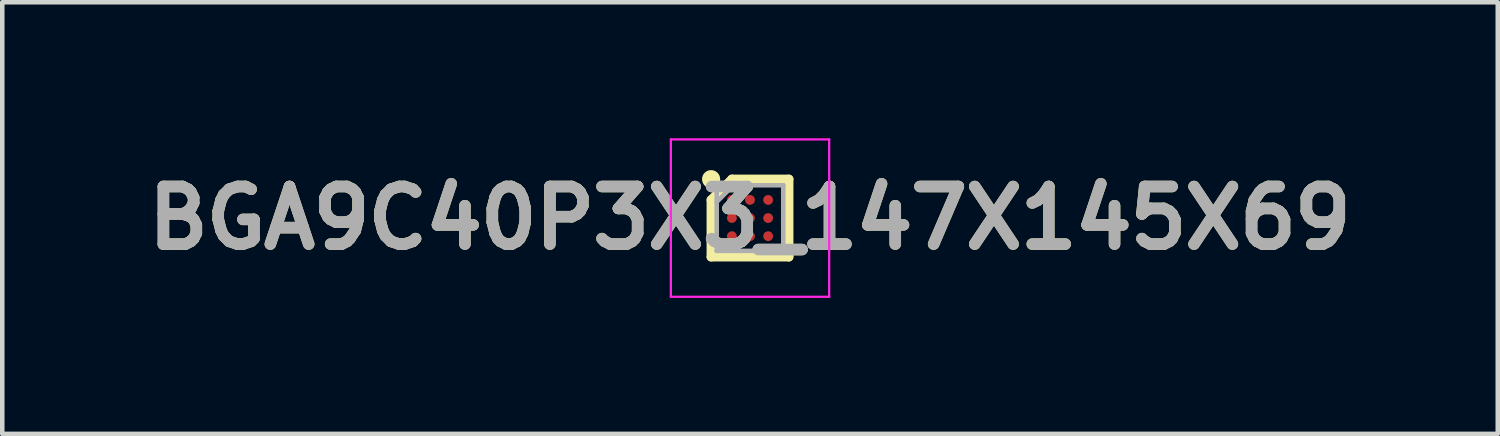
<source format=kicad_pcb>
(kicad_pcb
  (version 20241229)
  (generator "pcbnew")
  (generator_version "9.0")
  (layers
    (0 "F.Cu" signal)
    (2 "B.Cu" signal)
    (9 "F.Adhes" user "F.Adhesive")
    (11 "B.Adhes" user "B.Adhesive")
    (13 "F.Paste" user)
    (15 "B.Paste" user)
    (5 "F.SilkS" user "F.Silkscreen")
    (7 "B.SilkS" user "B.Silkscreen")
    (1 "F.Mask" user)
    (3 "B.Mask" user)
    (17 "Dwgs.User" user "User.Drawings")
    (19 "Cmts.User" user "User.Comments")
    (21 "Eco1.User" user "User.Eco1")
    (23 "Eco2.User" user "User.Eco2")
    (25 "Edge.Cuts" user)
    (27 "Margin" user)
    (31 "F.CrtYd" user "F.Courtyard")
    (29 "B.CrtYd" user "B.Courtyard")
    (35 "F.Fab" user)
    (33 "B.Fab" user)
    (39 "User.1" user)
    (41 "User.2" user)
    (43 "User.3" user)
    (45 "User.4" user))
  (footprint "BGA9C40P3X3_147X145X69"
    (layer "F.Cu")
    (at 13.498 1.761)
    (property "Reference" "BGA9C40P3X3_147X145X69" (at 0 0 0) (layer "F.SilkS") (effects (font (size 1.27 1.27) (thickness 0.254))))
    (attr smd)
    (fp_line (start -0.858 -0.4) (end -0.4 -0.858) (stroke (width 0.2) (type solid)) (layer "F.SilkS"))
    (fp_line (start -0.858 0.858) (end -0.858 -0.4) (stroke (width 0.2) (type solid)) (layer "F.SilkS"))
    (fp_line (start -0.4 -0.858) (end 0.858 -0.858) (stroke (width 0.2) (type solid)) (layer "F.SilkS"))
    (fp_line (start 0.858 -0.858) (end 0.858 0.858) (stroke (width 0.2) (type solid)) (layer "F.SilkS"))
    (fp_line (start 0.858 0.858) (end -0.858 0.858) (stroke (width 0.2) (type solid)) (layer "F.SilkS"))
    (fp_circle (center -0.858 -0.858) (end -0.858 -0.758) (stroke (width 0.2) (type solid)) (fill no) (layer "F.SilkS"))
    (fp_line (start -1.746 -1.736) (end 1.747 -1.736) (stroke (width 0.05) (type solid)) (layer "F.CrtYd"))
    (fp_line (start -1.746 1.737) (end -1.746 -1.736) (stroke (width 0.05) (type solid)) (layer "F.CrtYd"))
    (fp_line (start 1.747 -1.736) (end 1.747 1.737) (stroke (width 0.05) (type solid)) (layer "F.CrtYd"))
    (fp_line (start 1.747 1.737) (end -1.746 1.737) (stroke (width 0.05) (type solid)) (layer "F.CrtYd"))
    (fp_line (start -0.734 -0.724) (end 0.734 -0.724) (stroke (width 0.1) (type solid)) (layer "F.Fab"))
    (fp_line (start -0.734 -0.356) (end -0.366 -0.724) (stroke (width 0.1) (type solid)) (layer "F.Fab"))
    (fp_line (start -0.734 0.724) (end -0.734 -0.724) (stroke (width 0.1) (type solid)) (layer "F.Fab"))
    (fp_line (start 0.734 -0.724) (end 0.734 0.724) (stroke (width 0.1) (type solid)) (layer "F.Fab"))
    (fp_line (start 0.734 0.724) (end -0.734 0.724) (stroke (width 0.1) (type solid)) (layer "F.Fab"))
    (fp_text user "${REFERENCE}" (at 0 0 0) (layer "F.Fab") (effects (font (size 1.27 1.27) (thickness 0.254))))
    (pad "A1" smd circle (at -0.4 -0.4 90) (size 0.216 0.216) (layers "F.Cu" "F.Mask" "F.Paste"))
    (pad "A2" smd circle (at 0 -0.4 90) (size 0.216 0.216) (layers "F.Cu" "F.Mask" "F.Paste"))
    (pad "A3" smd circle (at 0.4 -0.4 90) (size 0.216 0.216) (layers "F.Cu" "F.Mask" "F.Paste"))
    (pad "B1" smd circle (at -0.4 0 90) (size 0.216 0.216) (layers "F.Cu" "F.Mask" "F.Paste"))
    (pad "B2" smd circle (at 0 0 90) (size 0.216 0.216) (layers "F.Cu" "F.Mask" "F.Paste"))
    (pad "B3" smd circle (at 0.4 0 90) (size 0.216 0.216) (layers "F.Cu" "F.Mask" "F.Paste"))
    (pad "C1" smd circle (at -0.4 0.4 90) (size 0.216 0.216) (layers "F.Cu" "F.Mask" "F.Paste"))
    (pad "C2" smd circle (at 0 0.4 90) (size 0.216 0.216) (layers "F.Cu" "F.Mask" "F.Paste"))
    (pad "C3" smd circle (at 0.4 0.4 90) (size 0.216 0.216) (layers "F.Cu" "F.Mask" "F.Paste")))
  (gr_rect
    (start -3 -3)
    (end 29.997 6.523)
    (stroke (width 0.1) (type default))
    (fill no)
    (layer "Edge.Cuts")))
</source>
